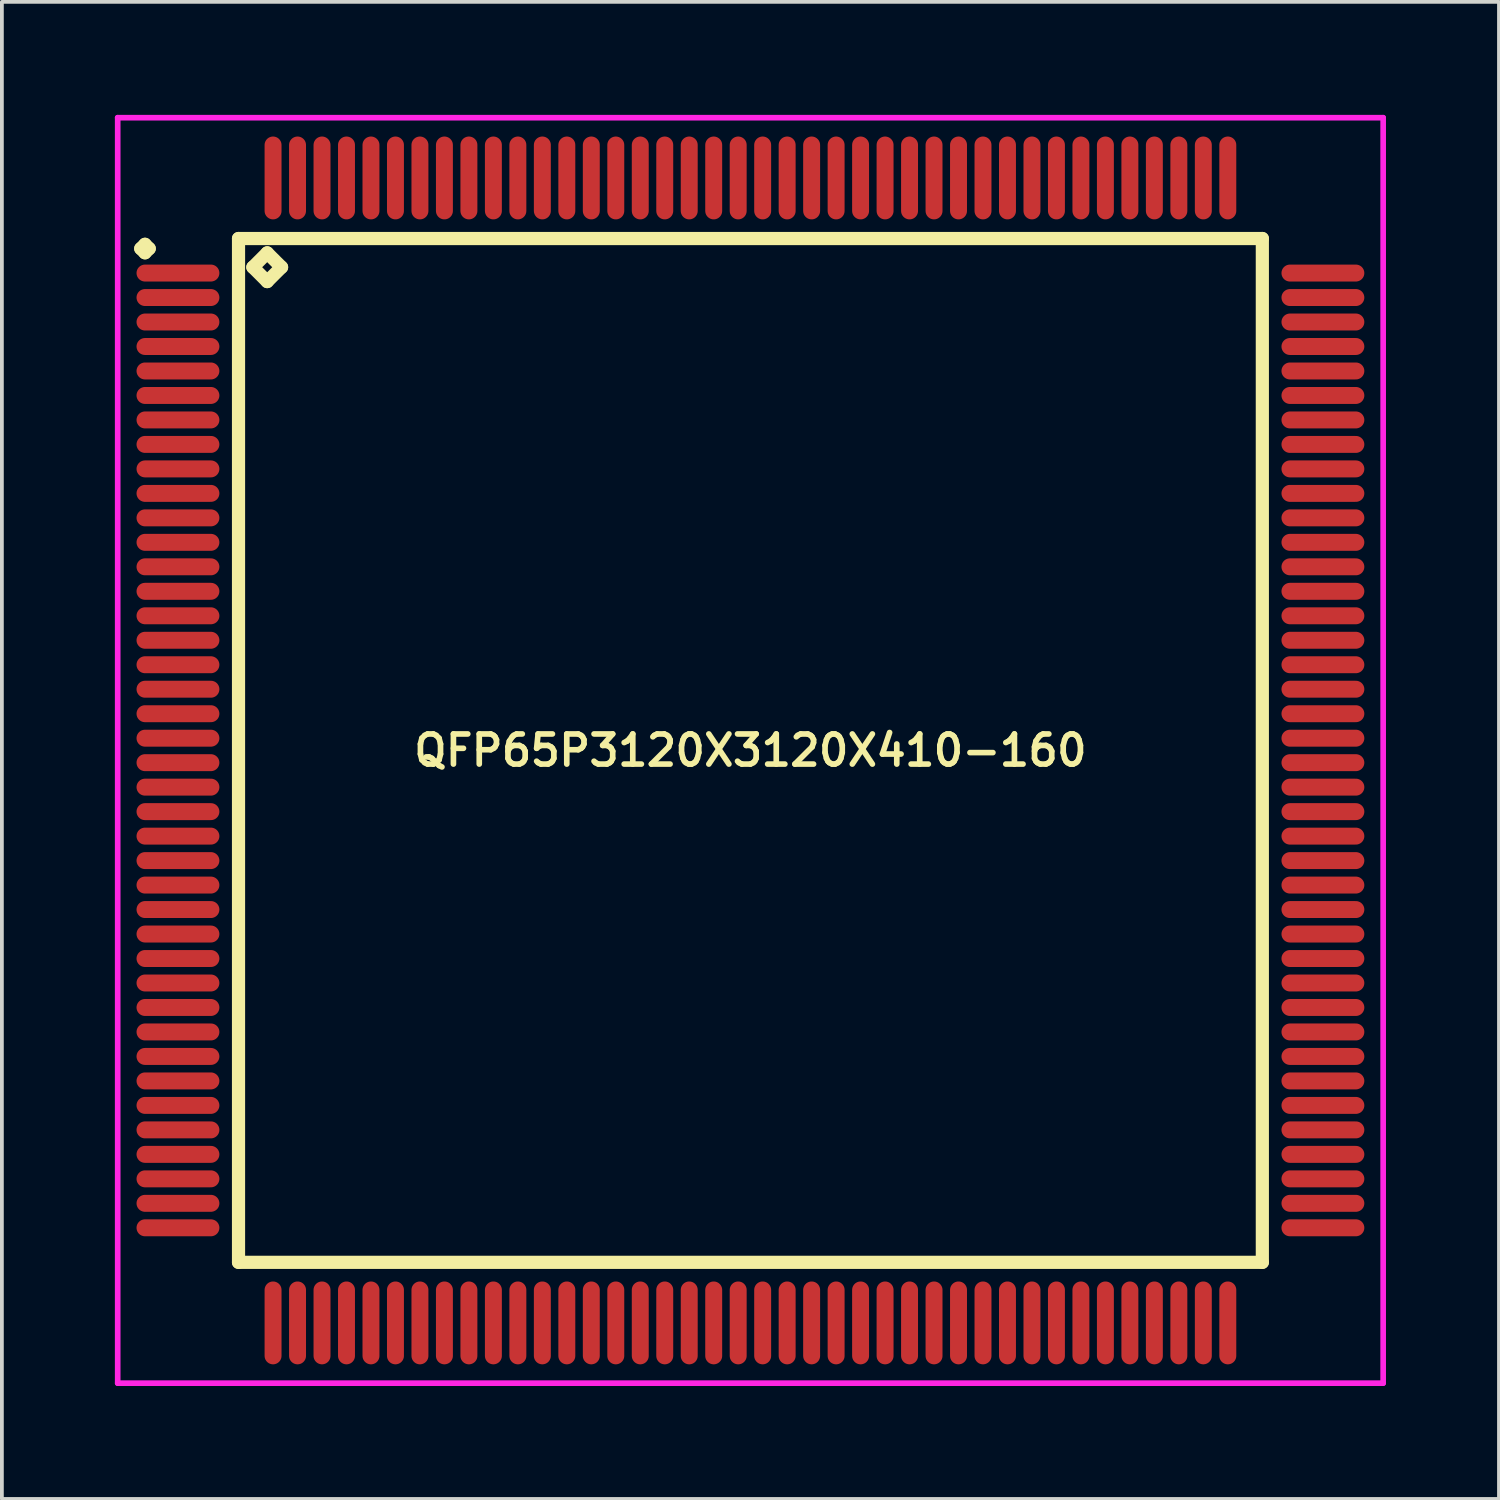
<source format=kicad_pcb>
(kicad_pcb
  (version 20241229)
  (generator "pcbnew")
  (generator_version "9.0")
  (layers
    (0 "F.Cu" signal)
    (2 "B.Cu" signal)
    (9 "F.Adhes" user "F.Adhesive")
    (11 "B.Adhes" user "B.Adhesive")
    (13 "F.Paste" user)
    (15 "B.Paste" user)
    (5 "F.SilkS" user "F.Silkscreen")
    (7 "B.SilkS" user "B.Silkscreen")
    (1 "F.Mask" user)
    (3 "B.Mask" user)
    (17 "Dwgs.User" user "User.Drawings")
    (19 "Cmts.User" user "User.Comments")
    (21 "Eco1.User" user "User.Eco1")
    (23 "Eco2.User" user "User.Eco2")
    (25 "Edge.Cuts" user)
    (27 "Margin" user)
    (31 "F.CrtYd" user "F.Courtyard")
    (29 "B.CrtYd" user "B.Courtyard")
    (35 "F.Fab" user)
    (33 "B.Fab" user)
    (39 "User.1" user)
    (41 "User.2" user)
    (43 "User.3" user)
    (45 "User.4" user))
  (footprint "QFP65P3120X3120X410-160"
    (layer "F.Cu")
    (at 16.875 16.875)
    (property "Reference" "QFP65P3120X3120X410-160" (at 0 0 0) (layer "F.SilkS") (effects (font (size 0.8 0.8) (thickness 0.15))))
    (attr through_hole)
    (fp_line (start -16.188 -13.325) (end -16.075 -13.438) (stroke (width 0.35) (type solid)) (layer "F.SilkS"))
    (fp_line (start -16.075 -13.438) (end -15.963 -13.325) (stroke (width 0.35) (type solid)) (layer "F.SilkS"))
    (fp_line (start -16.075 -13.213) (end -16.188 -13.325) (stroke (width 0.35) (type solid)) (layer "F.SilkS"))
    (fp_line (start -15.963 -13.325) (end -16.075 -13.213) (stroke (width 0.35) (type solid)) (layer "F.SilkS"))
    (fp_line (start -13.592 -13.592) (end -13.592 13.592) (stroke (width 0.35) (type solid)) (layer "F.SilkS"))
    (fp_line (start -13.592 13.592) (end 13.592 13.592) (stroke (width 0.35) (type solid)) (layer "F.SilkS"))
    (fp_line (start -13.211 -12.83) (end -12.83 -13.211) (stroke (width 0.35) (type solid)) (layer "F.SilkS"))
    (fp_line (start -12.83 -13.211) (end -12.449 -12.83) (stroke (width 0.35) (type solid)) (layer "F.SilkS"))
    (fp_line (start -12.83 -12.449) (end -13.211 -12.83) (stroke (width 0.35) (type solid)) (layer "F.SilkS"))
    (fp_line (start -12.449 -12.83) (end -12.83 -12.449) (stroke (width 0.35) (type solid)) (layer "F.SilkS"))
    (fp_line (start 13.592 -13.592) (end -13.592 -13.592) (stroke (width 0.35) (type solid)) (layer "F.SilkS"))
    (fp_line (start 13.592 13.592) (end 13.592 -13.592) (stroke (width 0.35) (type solid)) (layer "F.SilkS"))
    (fp_line (start -16.8 -16.8) (end 16.8 -16.8) (stroke (width 0.15) (type solid)) (layer "F.CrtYd"))
    (fp_line (start -16.8 16.8) (end -16.8 -16.8) (stroke (width 0.15) (type solid)) (layer "F.CrtYd"))
    (fp_line (start 16.8 -16.8) (end 16.8 16.8) (stroke (width 0.15) (type solid)) (layer "F.CrtYd"))
    (fp_line (start 16.8 16.8) (end -16.8 16.8) (stroke (width 0.15) (type solid)) (layer "F.CrtYd"))
    (pad "1" smd oval (at -15.2 -12.675) (size 2.2 0.45) (layers "F.Cu" "F.Mask" "F.Paste"))
    (pad "2" smd oval (at -15.2 -12.025) (size 2.2 0.45) (layers "F.Cu" "F.Mask" "F.Paste"))
    (pad "3" smd oval (at -15.2 -11.375) (size 2.2 0.45) (layers "F.Cu" "F.Mask" "F.Paste"))
    (pad "4" smd oval (at -15.2 -10.725) (size 2.2 0.45) (layers "F.Cu" "F.Mask" "F.Paste"))
    (pad "5" smd oval (at -15.2 -10.075) (size 2.2 0.45) (layers "F.Cu" "F.Mask" "F.Paste"))
    (pad "6" smd oval (at -15.2 -9.425) (size 2.2 0.45) (layers "F.Cu" "F.Mask" "F.Paste"))
    (pad "7" smd oval (at -15.2 -8.775) (size 2.2 0.45) (layers "F.Cu" "F.Mask" "F.Paste"))
    (pad "8" smd oval (at -15.2 -8.125) (size 2.2 0.45) (layers "F.Cu" "F.Mask" "F.Paste"))
    (pad "9" smd oval (at -15.2 -7.475) (size 2.2 0.45) (layers "F.Cu" "F.Mask" "F.Paste"))
    (pad "10" smd oval (at -15.2 -6.825) (size 2.2 0.45) (layers "F.Cu" "F.Mask" "F.Paste"))
    (pad "11" smd oval (at -15.2 -6.175) (size 2.2 0.45) (layers "F.Cu" "F.Mask" "F.Paste"))
    (pad "12" smd oval (at -15.2 -5.525) (size 2.2 0.45) (layers "F.Cu" "F.Mask" "F.Paste"))
    (pad "13" smd oval (at -15.2 -4.875) (size 2.2 0.45) (layers "F.Cu" "F.Mask" "F.Paste"))
    (pad "14" smd oval (at -15.2 -4.225) (size 2.2 0.45) (layers "F.Cu" "F.Mask" "F.Paste"))
    (pad "15" smd oval (at -15.2 -3.575) (size 2.2 0.45) (layers "F.Cu" "F.Mask" "F.Paste"))
    (pad "16" smd oval (at -15.2 -2.925) (size 2.2 0.45) (layers "F.Cu" "F.Mask" "F.Paste"))
    (pad "17" smd oval (at -15.2 -2.275) (size 2.2 0.45) (layers "F.Cu" "F.Mask" "F.Paste"))
    (pad "18" smd oval (at -15.2 -1.625) (size 2.2 0.45) (layers "F.Cu" "F.Mask" "F.Paste"))
    (pad "19" smd oval (at -15.2 -0.975) (size 2.2 0.45) (layers "F.Cu" "F.Mask" "F.Paste"))
    (pad "20" smd oval (at -15.2 -0.325) (size 2.2 0.45) (layers "F.Cu" "F.Mask" "F.Paste"))
    (pad "21" smd oval (at -15.2 0.325) (size 2.2 0.45) (layers "F.Cu" "F.Mask" "F.Paste"))
    (pad "22" smd oval (at -15.2 0.975) (size 2.2 0.45) (layers "F.Cu" "F.Mask" "F.Paste"))
    (pad "23" smd oval (at -15.2 1.625) (size 2.2 0.45) (layers "F.Cu" "F.Mask" "F.Paste"))
    (pad "24" smd oval (at -15.2 2.275) (size 2.2 0.45) (layers "F.Cu" "F.Mask" "F.Paste"))
    (pad "25" smd oval (at -15.2 2.925) (size 2.2 0.45) (layers "F.Cu" "F.Mask" "F.Paste"))
    (pad "26" smd oval (at -15.2 3.575) (size 2.2 0.45) (layers "F.Cu" "F.Mask" "F.Paste"))
    (pad "27" smd oval (at -15.2 4.225) (size 2.2 0.45) (layers "F.Cu" "F.Mask" "F.Paste"))
    (pad "28" smd oval (at -15.2 4.875) (size 2.2 0.45) (layers "F.Cu" "F.Mask" "F.Paste"))
    (pad "29" smd oval (at -15.2 5.525) (size 2.2 0.45) (layers "F.Cu" "F.Mask" "F.Paste"))
    (pad "30" smd oval (at -15.2 6.175) (size 2.2 0.45) (layers "F.Cu" "F.Mask" "F.Paste"))
    (pad "31" smd oval (at -15.2 6.825) (size 2.2 0.45) (layers "F.Cu" "F.Mask" "F.Paste"))
    (pad "32" smd oval (at -15.2 7.475) (size 2.2 0.45) (layers "F.Cu" "F.Mask" "F.Paste"))
    (pad "33" smd oval (at -15.2 8.125) (size 2.2 0.45) (layers "F.Cu" "F.Mask" "F.Paste"))
    (pad "34" smd oval (at -15.2 8.775) (size 2.2 0.45) (layers "F.Cu" "F.Mask" "F.Paste"))
    (pad "35" smd oval (at -15.2 9.425) (size 2.2 0.45) (layers "F.Cu" "F.Mask" "F.Paste"))
    (pad "36" smd oval (at -15.2 10.075) (size 2.2 0.45) (layers "F.Cu" "F.Mask" "F.Paste"))
    (pad "37" smd oval (at -15.2 10.725) (size 2.2 0.45) (layers "F.Cu" "F.Mask" "F.Paste"))
    (pad "38" smd oval (at -15.2 11.375) (size 2.2 0.45) (layers "F.Cu" "F.Mask" "F.Paste"))
    (pad "39" smd oval (at -15.2 12.025) (size 2.2 0.45) (layers "F.Cu" "F.Mask" "F.Paste"))
    (pad "40" smd oval (at -15.2 12.675) (size 2.2 0.45) (layers "F.Cu" "F.Mask" "F.Paste"))
    (pad "41" smd oval (at -12.675 15.2) (size 0.45 2.2) (layers "F.Cu" "F.Mask" "F.Paste"))
    (pad "42" smd oval (at -12.025 15.2) (size 0.45 2.2) (layers "F.Cu" "F.Mask" "F.Paste"))
    (pad "43" smd oval (at -11.375 15.2) (size 0.45 2.2) (layers "F.Cu" "F.Mask" "F.Paste"))
    (pad "44" smd oval (at -10.725 15.2) (size 0.45 2.2) (layers "F.Cu" "F.Mask" "F.Paste"))
    (pad "45" smd oval (at -10.075 15.2) (size 0.45 2.2) (layers "F.Cu" "F.Mask" "F.Paste"))
    (pad "46" smd oval (at -9.425 15.2) (size 0.45 2.2) (layers "F.Cu" "F.Mask" "F.Paste"))
    (pad "47" smd oval (at -8.775 15.2) (size 0.45 2.2) (layers "F.Cu" "F.Mask" "F.Paste"))
    (pad "48" smd oval (at -8.125 15.2) (size 0.45 2.2) (layers "F.Cu" "F.Mask" "F.Paste"))
    (pad "49" smd oval (at -7.475 15.2) (size 0.45 2.2) (layers "F.Cu" "F.Mask" "F.Paste"))
    (pad "50" smd oval (at -6.825 15.2) (size 0.45 2.2) (layers "F.Cu" "F.Mask" "F.Paste"))
    (pad "51" smd oval (at -6.175 15.2) (size 0.45 2.2) (layers "F.Cu" "F.Mask" "F.Paste"))
    (pad "52" smd oval (at -5.525 15.2) (size 0.45 2.2) (layers "F.Cu" "F.Mask" "F.Paste"))
    (pad "53" smd oval (at -4.875 15.2) (size 0.45 2.2) (layers "F.Cu" "F.Mask" "F.Paste"))
    (pad "54" smd oval (at -4.225 15.2) (size 0.45 2.2) (layers "F.Cu" "F.Mask" "F.Paste"))
    (pad "55" smd oval (at -3.575 15.2) (size 0.45 2.2) (layers "F.Cu" "F.Mask" "F.Paste"))
    (pad "56" smd oval (at -2.925 15.2) (size 0.45 2.2) (layers "F.Cu" "F.Mask" "F.Paste"))
    (pad "57" smd oval (at -2.275 15.2) (size 0.45 2.2) (layers "F.Cu" "F.Mask" "F.Paste"))
    (pad "58" smd oval (at -1.625 15.2) (size 0.45 2.2) (layers "F.Cu" "F.Mask" "F.Paste"))
    (pad "59" smd oval (at -0.975 15.2) (size 0.45 2.2) (layers "F.Cu" "F.Mask" "F.Paste"))
    (pad "60" smd oval (at -0.325 15.2) (size 0.45 2.2) (layers "F.Cu" "F.Mask" "F.Paste"))
    (pad "61" smd oval (at 0.325 15.2) (size 0.45 2.2) (layers "F.Cu" "F.Mask" "F.Paste"))
    (pad "62" smd oval (at 0.975 15.2) (size 0.45 2.2) (layers "F.Cu" "F.Mask" "F.Paste"))
    (pad "63" smd oval (at 1.625 15.2) (size 0.45 2.2) (layers "F.Cu" "F.Mask" "F.Paste"))
    (pad "64" smd oval (at 2.275 15.2) (size 0.45 2.2) (layers "F.Cu" "F.Mask" "F.Paste"))
    (pad "65" smd oval (at 2.925 15.2) (size 0.45 2.2) (layers "F.Cu" "F.Mask" "F.Paste"))
    (pad "66" smd oval (at 3.575 15.2) (size 0.45 2.2) (layers "F.Cu" "F.Mask" "F.Paste"))
    (pad "67" smd oval (at 4.225 15.2) (size 0.45 2.2) (layers "F.Cu" "F.Mask" "F.Paste"))
    (pad "68" smd oval (at 4.875 15.2) (size 0.45 2.2) (layers "F.Cu" "F.Mask" "F.Paste"))
    (pad "69" smd oval (at 5.525 15.2) (size 0.45 2.2) (layers "F.Cu" "F.Mask" "F.Paste"))
    (pad "70" smd oval (at 6.175 15.2) (size 0.45 2.2) (layers "F.Cu" "F.Mask" "F.Paste"))
    (pad "71" smd oval (at 6.825 15.2) (size 0.45 2.2) (layers "F.Cu" "F.Mask" "F.Paste"))
    (pad "72" smd oval (at 7.475 15.2) (size 0.45 2.2) (layers "F.Cu" "F.Mask" "F.Paste"))
    (pad "73" smd oval (at 8.125 15.2) (size 0.45 2.2) (layers "F.Cu" "F.Mask" "F.Paste"))
    (pad "74" smd oval (at 8.775 15.2) (size 0.45 2.2) (layers "F.Cu" "F.Mask" "F.Paste"))
    (pad "75" smd oval (at 9.425 15.2) (size 0.45 2.2) (layers "F.Cu" "F.Mask" "F.Paste"))
    (pad "76" smd oval (at 10.075 15.2) (size 0.45 2.2) (layers "F.Cu" "F.Mask" "F.Paste"))
    (pad "77" smd oval (at 10.725 15.2) (size 0.45 2.2) (layers "F.Cu" "F.Mask" "F.Paste"))
    (pad "78" smd oval (at 11.375 15.2) (size 0.45 2.2) (layers "F.Cu" "F.Mask" "F.Paste"))
    (pad "79" smd oval (at 12.025 15.2) (size 0.45 2.2) (layers "F.Cu" "F.Mask" "F.Paste"))
    (pad "80" smd oval (at 12.675 15.2) (size 0.45 2.2) (layers "F.Cu" "F.Mask" "F.Paste"))
    (pad "81" smd oval (at 15.2 12.675) (size 2.2 0.45) (layers "F.Cu" "F.Mask" "F.Paste"))
    (pad "82" smd oval (at 15.2 12.025) (size 2.2 0.45) (layers "F.Cu" "F.Mask" "F.Paste"))
    (pad "83" smd oval (at 15.2 11.375) (size 2.2 0.45) (layers "F.Cu" "F.Mask" "F.Paste"))
    (pad "84" smd oval (at 15.2 10.725) (size 2.2 0.45) (layers "F.Cu" "F.Mask" "F.Paste"))
    (pad "85" smd oval (at 15.2 10.075) (size 2.2 0.45) (layers "F.Cu" "F.Mask" "F.Paste"))
    (pad "86" smd oval (at 15.2 9.425) (size 2.2 0.45) (layers "F.Cu" "F.Mask" "F.Paste"))
    (pad "87" smd oval (at 15.2 8.775) (size 2.2 0.45) (layers "F.Cu" "F.Mask" "F.Paste"))
    (pad "88" smd oval (at 15.2 8.125) (size 2.2 0.45) (layers "F.Cu" "F.Mask" "F.Paste"))
    (pad "89" smd oval (at 15.2 7.475) (size 2.2 0.45) (layers "F.Cu" "F.Mask" "F.Paste"))
    (pad "90" smd oval (at 15.2 6.825) (size 2.2 0.45) (layers "F.Cu" "F.Mask" "F.Paste"))
    (pad "91" smd oval (at 15.2 6.175) (size 2.2 0.45) (layers "F.Cu" "F.Mask" "F.Paste"))
    (pad "92" smd oval (at 15.2 5.525) (size 2.2 0.45) (layers "F.Cu" "F.Mask" "F.Paste"))
    (pad "93" smd oval (at 15.2 4.875) (size 2.2 0.45) (layers "F.Cu" "F.Mask" "F.Paste"))
    (pad "94" smd oval (at 15.2 4.225) (size 2.2 0.45) (layers "F.Cu" "F.Mask" "F.Paste"))
    (pad "95" smd oval (at 15.2 3.575) (size 2.2 0.45) (layers "F.Cu" "F.Mask" "F.Paste"))
    (pad "96" smd oval (at 15.2 2.925) (size 2.2 0.45) (layers "F.Cu" "F.Mask" "F.Paste"))
    (pad "97" smd oval (at 15.2 2.275) (size 2.2 0.45) (layers "F.Cu" "F.Mask" "F.Paste"))
    (pad "98" smd oval (at 15.2 1.625) (size 2.2 0.45) (layers "F.Cu" "F.Mask" "F.Paste"))
    (pad "99" smd oval (at 15.2 0.975) (size 2.2 0.45) (layers "F.Cu" "F.Mask" "F.Paste"))
    (pad "100" smd oval (at 15.2 0.325) (size 2.2 0.45) (layers "F.Cu" "F.Mask" "F.Paste"))
    (pad "101" smd oval (at 15.2 -0.325) (size 2.2 0.45) (layers "F.Cu" "F.Mask" "F.Paste"))
    (pad "102" smd oval (at 15.2 -0.975) (size 2.2 0.45) (layers "F.Cu" "F.Mask" "F.Paste"))
    (pad "103" smd oval (at 15.2 -1.625) (size 2.2 0.45) (layers "F.Cu" "F.Mask" "F.Paste"))
    (pad "104" smd oval (at 15.2 -2.275) (size 2.2 0.45) (layers "F.Cu" "F.Mask" "F.Paste"))
    (pad "105" smd oval (at 15.2 -2.925) (size 2.2 0.45) (layers "F.Cu" "F.Mask" "F.Paste"))
    (pad "106" smd oval (at 15.2 -3.575) (size 2.2 0.45) (layers "F.Cu" "F.Mask" "F.Paste"))
    (pad "107" smd oval (at 15.2 -4.225) (size 2.2 0.45) (layers "F.Cu" "F.Mask" "F.Paste"))
    (pad "108" smd oval (at 15.2 -4.875) (size 2.2 0.45) (layers "F.Cu" "F.Mask" "F.Paste"))
    (pad "109" smd oval (at 15.2 -5.525) (size 2.2 0.45) (layers "F.Cu" "F.Mask" "F.Paste"))
    (pad "110" smd oval (at 15.2 -6.175) (size 2.2 0.45) (layers "F.Cu" "F.Mask" "F.Paste"))
    (pad "111" smd oval (at 15.2 -6.825) (size 2.2 0.45) (layers "F.Cu" "F.Mask" "F.Paste"))
    (pad "112" smd oval (at 15.2 -7.475) (size 2.2 0.45) (layers "F.Cu" "F.Mask" "F.Paste"))
    (pad "113" smd oval (at 15.2 -8.125) (size 2.2 0.45) (layers "F.Cu" "F.Mask" "F.Paste"))
    (pad "114" smd oval (at 15.2 -8.775) (size 2.2 0.45) (layers "F.Cu" "F.Mask" "F.Paste"))
    (pad "115" smd oval (at 15.2 -9.425) (size 2.2 0.45) (layers "F.Cu" "F.Mask" "F.Paste"))
    (pad "116" smd oval (at 15.2 -10.075) (size 2.2 0.45) (layers "F.Cu" "F.Mask" "F.Paste"))
    (pad "117" smd oval (at 15.2 -10.725) (size 2.2 0.45) (layers "F.Cu" "F.Mask" "F.Paste"))
    (pad "118" smd oval (at 15.2 -11.375) (size 2.2 0.45) (layers "F.Cu" "F.Mask" "F.Paste"))
    (pad "119" smd oval (at 15.2 -12.025) (size 2.2 0.45) (layers "F.Cu" "F.Mask" "F.Paste"))
    (pad "120" smd oval (at 15.2 -12.675) (size 2.2 0.45) (layers "F.Cu" "F.Mask" "F.Paste"))
    (pad "121" smd oval (at 12.675 -15.2) (size 0.45 2.2) (layers "F.Cu" "F.Mask" "F.Paste"))
    (pad "122" smd oval (at 12.025 -15.2) (size 0.45 2.2) (layers "F.Cu" "F.Mask" "F.Paste"))
    (pad "123" smd oval (at 11.375 -15.2) (size 0.45 2.2) (layers "F.Cu" "F.Mask" "F.Paste"))
    (pad "124" smd oval (at 10.725 -15.2) (size 0.45 2.2) (layers "F.Cu" "F.Mask" "F.Paste"))
    (pad "125" smd oval (at 10.075 -15.2) (size 0.45 2.2) (layers "F.Cu" "F.Mask" "F.Paste"))
    (pad "126" smd oval (at 9.425 -15.2) (size 0.45 2.2) (layers "F.Cu" "F.Mask" "F.Paste"))
    (pad "127" smd oval (at 8.775 -15.2) (size 0.45 2.2) (layers "F.Cu" "F.Mask" "F.Paste"))
    (pad "128" smd oval (at 8.125 -15.2) (size 0.45 2.2) (layers "F.Cu" "F.Mask" "F.Paste"))
    (pad "129" smd oval (at 7.475 -15.2) (size 0.45 2.2) (layers "F.Cu" "F.Mask" "F.Paste"))
    (pad "130" smd oval (at 6.825 -15.2) (size 0.45 2.2) (layers "F.Cu" "F.Mask" "F.Paste"))
    (pad "131" smd oval (at 6.175 -15.2) (size 0.45 2.2) (layers "F.Cu" "F.Mask" "F.Paste"))
    (pad "132" smd oval (at 5.525 -15.2) (size 0.45 2.2) (layers "F.Cu" "F.Mask" "F.Paste"))
    (pad "133" smd oval (at 4.875 -15.2) (size 0.45 2.2) (layers "F.Cu" "F.Mask" "F.Paste"))
    (pad "134" smd oval (at 4.225 -15.2) (size 0.45 2.2) (layers "F.Cu" "F.Mask" "F.Paste"))
    (pad "135" smd oval (at 3.575 -15.2) (size 0.45 2.2) (layers "F.Cu" "F.Mask" "F.Paste"))
    (pad "136" smd oval (at 2.925 -15.2) (size 0.45 2.2) (layers "F.Cu" "F.Mask" "F.Paste"))
    (pad "137" smd oval (at 2.275 -15.2) (size 0.45 2.2) (layers "F.Cu" "F.Mask" "F.Paste"))
    (pad "138" smd oval (at 1.625 -15.2) (size 0.45 2.2) (layers "F.Cu" "F.Mask" "F.Paste"))
    (pad "139" smd oval (at 0.975 -15.2) (size 0.45 2.2) (layers "F.Cu" "F.Mask" "F.Paste"))
    (pad "140" smd oval (at 0.325 -15.2) (size 0.45 2.2) (layers "F.Cu" "F.Mask" "F.Paste"))
    (pad "141" smd oval (at -0.325 -15.2) (size 0.45 2.2) (layers "F.Cu" "F.Mask" "F.Paste"))
    (pad "142" smd oval (at -0.975 -15.2) (size 0.45 2.2) (layers "F.Cu" "F.Mask" "F.Paste"))
    (pad "143" smd oval (at -1.625 -15.2) (size 0.45 2.2) (layers "F.Cu" "F.Mask" "F.Paste"))
    (pad "144" smd oval (at -2.275 -15.2) (size 0.45 2.2) (layers "F.Cu" "F.Mask" "F.Paste"))
    (pad "145" smd oval (at -2.925 -15.2) (size 0.45 2.2) (layers "F.Cu" "F.Mask" "F.Paste"))
    (pad "146" smd oval (at -3.575 -15.2) (size 0.45 2.2) (layers "F.Cu" "F.Mask" "F.Paste"))
    (pad "147" smd oval (at -4.225 -15.2) (size 0.45 2.2) (layers "F.Cu" "F.Mask" "F.Paste"))
    (pad "148" smd oval (at -4.875 -15.2) (size 0.45 2.2) (layers "F.Cu" "F.Mask" "F.Paste"))
    (pad "149" smd oval (at -5.525 -15.2) (size 0.45 2.2) (layers "F.Cu" "F.Mask" "F.Paste"))
    (pad "150" smd oval (at -6.175 -15.2) (size 0.45 2.2) (layers "F.Cu" "F.Mask" "F.Paste"))
    (pad "151" smd oval (at -6.825 -15.2) (size 0.45 2.2) (layers "F.Cu" "F.Mask" "F.Paste"))
    (pad "152" smd oval (at -7.475 -15.2) (size 0.45 2.2) (layers "F.Cu" "F.Mask" "F.Paste"))
    (pad "153" smd oval (at -8.125 -15.2) (size 0.45 2.2) (layers "F.Cu" "F.Mask" "F.Paste"))
    (pad "154" smd oval (at -8.775 -15.2) (size 0.45 2.2) (layers "F.Cu" "F.Mask" "F.Paste"))
    (pad "155" smd oval (at -9.425 -15.2) (size 0.45 2.2) (layers "F.Cu" "F.Mask" "F.Paste"))
    (pad "156" smd oval (at -10.075 -15.2) (size 0.45 2.2) (layers "F.Cu" "F.Mask" "F.Paste"))
    (pad "157" smd oval (at -10.725 -15.2) (size 0.45 2.2) (layers "F.Cu" "F.Mask" "F.Paste"))
    (pad "158" smd oval (at -11.375 -15.2) (size 0.45 2.2) (layers "F.Cu" "F.Mask" "F.Paste"))
    (pad "159" smd oval (at -12.025 -15.2) (size 0.45 2.2) (layers "F.Cu" "F.Mask" "F.Paste"))
    (pad "160" smd oval (at -12.675 -15.2) (size 0.45 2.2) (layers "F.Cu" "F.Mask" "F.Paste")))
  (gr_rect
    (start -3 -3)
    (end 36.75 36.75)
    (stroke (width 0.1) (type default))
    (fill no)
    (layer "Edge.Cuts")))
</source>
